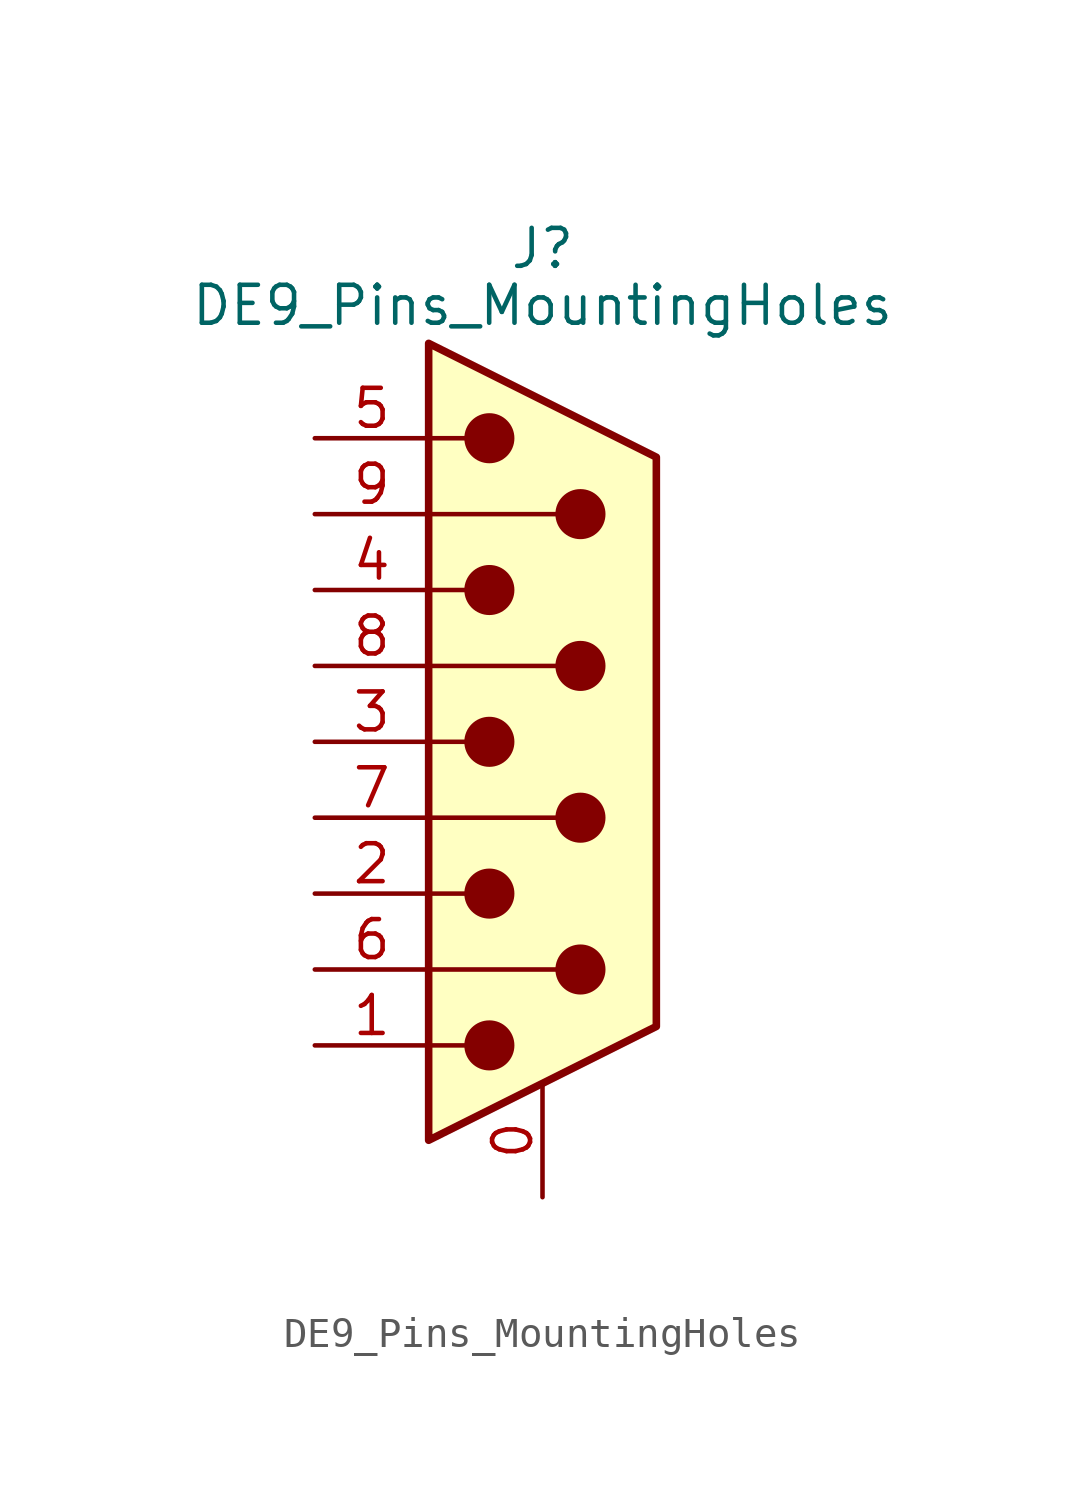
<source format=kicad_sym>
(kicad_symbol_lib
  (version 20241209)
  (generator "kicad_symbol_editor")
  (generator_version "9.0")
  (symbol "DE9_Pins_MountingHoles"
    (pin_names
      (offset 1.016)
      (hide yes))
    (property "Reference" "J"
      (at 0 16.51 0)
      (effects (font (size 1.27 1.27))))
    (property "Value" "DE9_Pins_MountingHoles"
      (at 0 14.605 0)
      (effects (font (size 1.27 1.27))))
    (symbol "DE9_Pins_MountingHoles_0_1"
      (polyline (pts (xy -3.81 10.16) (xy -2.54 10.16)) (stroke (width 0) (type default)) (fill (type none)))
      (polyline (pts (xy -3.81 7.62) (xy 0.508 7.62)) (stroke (width 0) (type default)) (fill (type none)))
      (polyline (pts (xy -3.81 5.08) (xy -2.54 5.08)) (stroke (width 0) (type default)) (fill (type none)))
      (polyline (pts (xy -3.81 2.54) (xy 0.508 2.54)) (stroke (width 0) (type default)) (fill (type none)))
      (polyline (pts (xy -3.81 0) (xy -2.54 0)) (stroke (width 0) (type default)) (fill (type none)))
      (polyline (pts (xy -3.81 -2.54) (xy 0.508 -2.54)) (stroke (width 0) (type default)) (fill (type none)))
      (polyline (pts (xy -3.81 -5.08) (xy -2.54 -5.08)) (stroke (width 0) (type default)) (fill (type none)))
      (polyline (pts (xy -3.81 -7.62) (xy 0.508 -7.62)) (stroke (width 0) (type default)) (fill (type none)))
      (polyline (pts (xy -3.81 -10.16) (xy -2.54 -10.16)) (stroke (width 0) (type default)) (fill (type none)))
      (polyline (pts (xy -3.81 -13.335) (xy -3.81 13.335) (xy 3.81 9.525) (xy 3.81 -9.525) (xy -3.81 -13.335)) (stroke (width 0.254) (type default)) (fill (type background)))
      (circle (center -1.778 10.16) (radius 0.762) (stroke (width 0) (type default)) (fill (type outline)))
      (circle (center -1.778 5.08) (radius 0.762) (stroke (width 0) (type default)) (fill (type outline)))
      (circle (center -1.778 0) (radius 0.762) (stroke (width 0) (type default)) (fill (type outline)))
      (circle (center -1.778 -5.08) (radius 0.762) (stroke (width 0) (type default)) (fill (type outline)))
      (circle (center -1.778 -10.16) (radius 0.762) (stroke (width 0) (type default)) (fill (type outline)))
      (circle (center 1.27 7.62) (radius 0.762) (stroke (width 0) (type default)) (fill (type outline)))
      (circle (center 1.27 2.54) (radius 0.762) (stroke (width 0) (type default)) (fill (type outline)))
      (circle (center 1.27 -2.54) (radius 0.762) (stroke (width 0) (type default)) (fill (type outline)))
      (circle (center 1.27 -7.62) (radius 0.762) (stroke (width 0) (type default)) (fill (type outline))))
    (symbol "DE9_Pins_MountingHoles_1_1"
      (pin passive line (at -7.62 10.16 0) (length 3.81) (name "5" (effects (font (size 1.27 1.27)))) (number "5" (effects (font (size 1.27 1.27)))))
      (pin passive line (at -7.62 7.62 0) (length 3.81) (name "9" (effects (font (size 1.27 1.27)))) (number "9" (effects (font (size 1.27 1.27)))))
      (pin passive line (at -7.62 5.08 0) (length 3.81) (name "4" (effects (font (size 1.27 1.27)))) (number "4" (effects (font (size 1.27 1.27)))))
      (pin passive line (at -7.62 2.54 0) (length 3.81) (name "8" (effects (font (size 1.27 1.27)))) (number "8" (effects (font (size 1.27 1.27)))))
      (pin passive line (at -7.62 0 0) (length 3.81) (name "3" (effects (font (size 1.27 1.27)))) (number "3" (effects (font (size 1.27 1.27)))))
      (pin passive line (at -7.62 -2.54 0) (length 3.81) (name "7" (effects (font (size 1.27 1.27)))) (number "7" (effects (font (size 1.27 1.27)))))
      (pin passive line (at -7.62 -5.08 0) (length 3.81) (name "2" (effects (font (size 1.27 1.27)))) (number "2" (effects (font (size 1.27 1.27)))))
      (pin passive line (at -7.62 -7.62 0) (length 3.81) (name "6" (effects (font (size 1.27 1.27)))) (number "6" (effects (font (size 1.27 1.27)))))
      (pin passive line (at -7.62 -10.16 0) (length 3.81) (name "1" (effects (font (size 1.27 1.27)))) (number "1" (effects (font (size 1.27 1.27)))))
      (pin passive line (at 0 -15.24 90) (length 3.81) (name "PAD" (effects (font (size 1.27 1.27)))) (number "0" (effects (font (size 1.27 1.27))))))))
</source>
